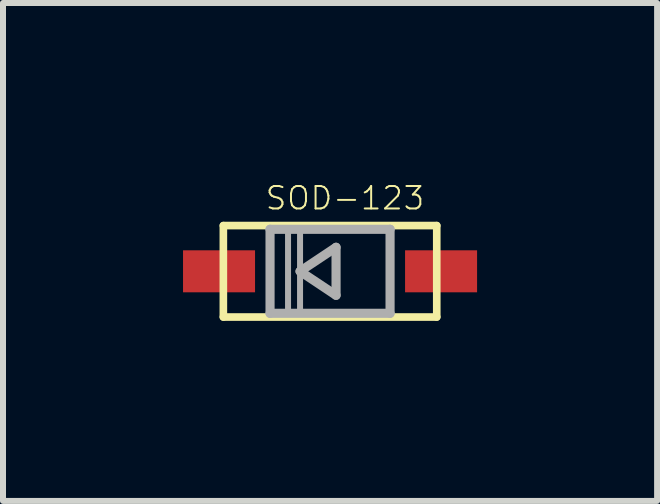
<source format=kicad_pcb>
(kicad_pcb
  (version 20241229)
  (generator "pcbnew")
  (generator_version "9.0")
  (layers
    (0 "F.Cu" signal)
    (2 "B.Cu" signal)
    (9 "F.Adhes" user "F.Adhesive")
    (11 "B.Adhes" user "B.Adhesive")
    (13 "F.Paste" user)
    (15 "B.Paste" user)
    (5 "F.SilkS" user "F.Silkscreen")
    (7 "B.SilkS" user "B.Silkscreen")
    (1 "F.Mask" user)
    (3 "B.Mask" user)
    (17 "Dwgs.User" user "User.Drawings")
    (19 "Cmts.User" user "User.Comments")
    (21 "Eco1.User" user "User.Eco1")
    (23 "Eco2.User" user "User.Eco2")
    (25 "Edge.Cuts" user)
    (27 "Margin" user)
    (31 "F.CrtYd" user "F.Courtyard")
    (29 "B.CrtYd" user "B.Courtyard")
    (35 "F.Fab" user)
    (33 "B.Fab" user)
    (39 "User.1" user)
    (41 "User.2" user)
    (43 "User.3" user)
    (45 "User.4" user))
  (footprint "SOD-123"
    (layer "F.Cu")
    (at 2.45 1.471)
    (property "Reference" "SOD-123" (at -1.1 -1 0) (layer "F.SilkS") (effects (font (size 0.374 0.374) (thickness 0.033)) (justify left bottom)))
    (fp_line (start -1.778 -0.762) (end 1.778 -0.762) (stroke (width 0.127) (type solid)) (layer "F.SilkS"))
    (fp_line (start -1.778 0.762) (end -1.778 -0.762) (stroke (width 0.127) (type solid)) (layer "F.SilkS"))
    (fp_line (start 1.778 -0.762) (end 1.778 0.762) (stroke (width 0.127) (type solid)) (layer "F.SilkS"))
    (fp_line (start 1.778 0.762) (end -1.778 0.762) (stroke (width 0.127) (type solid)) (layer "F.SilkS"))
    (fp_line (start -1 -0.7) (end 1 -0.7) (stroke (width 0.152) (type solid)) (layer "F.Fab"))
    (fp_line (start -1 0.7) (end -1 -0.7) (stroke (width 0.152) (type solid)) (layer "F.Fab"))
    (fp_line (start -0.5 0) (end 0.1 -0.4) (stroke (width 0.152) (type solid)) (layer "F.Fab"))
    (fp_line (start 0.1 -0.4) (end 0.1 0.4) (stroke (width 0.152) (type solid)) (layer "F.Fab"))
    (fp_line (start 0.1 0.4) (end -0.5 0) (stroke (width 0.152) (type solid)) (layer "F.Fab"))
    (fp_line (start 1 -0.7) (end 1 0.7) (stroke (width 0.152) (type solid)) (layer "F.Fab"))
    (fp_line (start 1 0.7) (end -1 0.7) (stroke (width 0.152) (type solid)) (layer "F.Fab"))
    (fp_poly (pts (xy -0.7 0.7) (xy -0.5 0.7) (xy -0.5 -0.7) (xy -0.7 -0.7)) (stroke (width 0.1) (type default)) (fill no) (layer "F.Fab"))
    (pad "A" smd rect (at 1.85 0) (size 1.2 0.7) (layers "F.Cu" "F.Mask" "F.Paste"))
    (pad "C" smd rect (at -1.85 0) (size 1.2 0.7) (layers "F.Cu" "F.Mask" "F.Paste")))
  (gr_rect
    (start -3 -3)
    (end 7.9 5.297)
    (stroke (width 0.1) (type default))
    (fill no)
    (layer "Edge.Cuts")))
</source>
